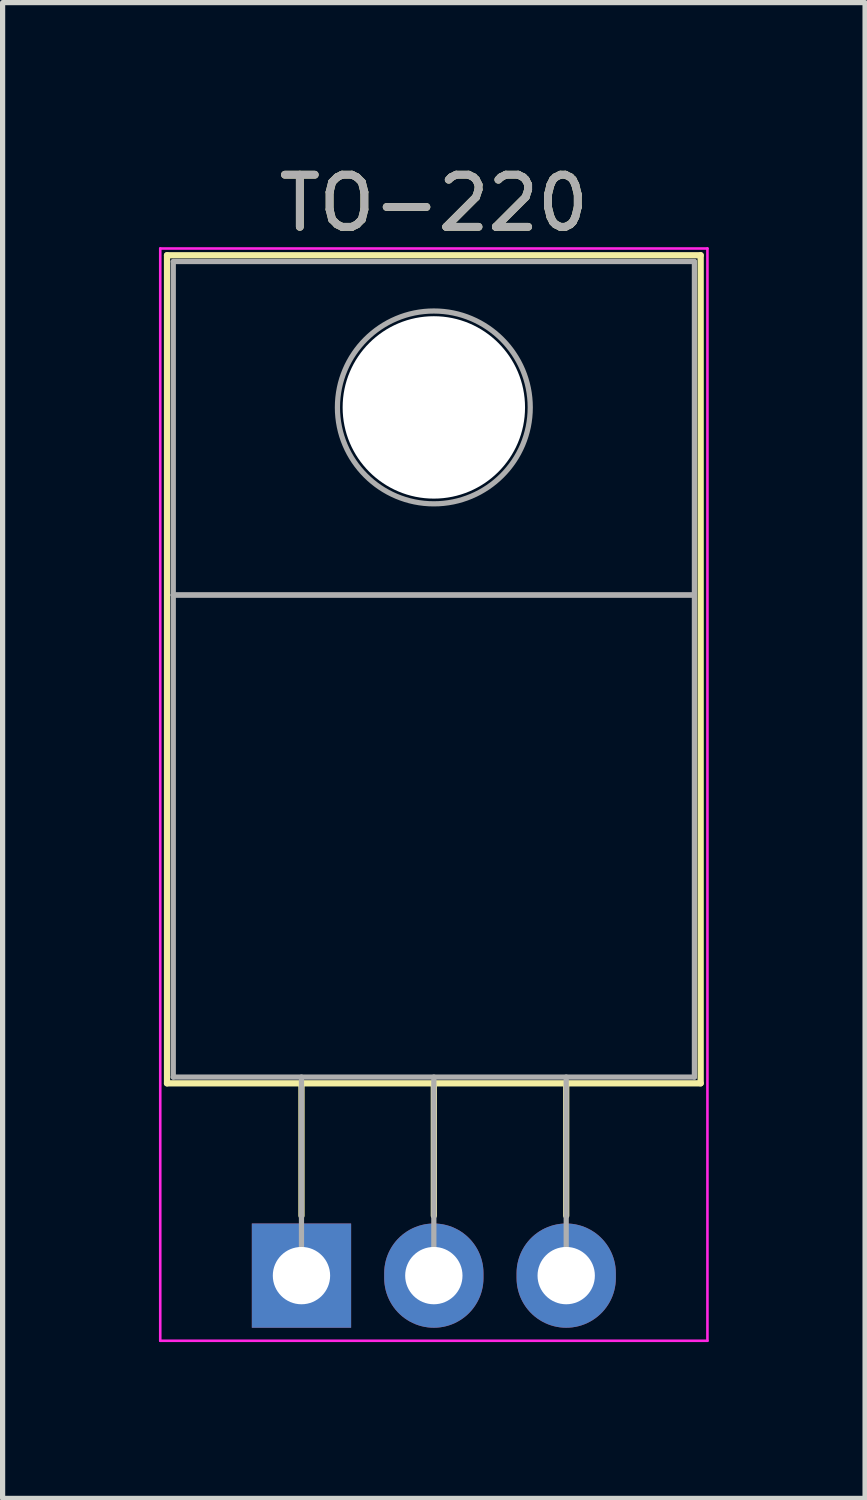
<source format=kicad_pcb>
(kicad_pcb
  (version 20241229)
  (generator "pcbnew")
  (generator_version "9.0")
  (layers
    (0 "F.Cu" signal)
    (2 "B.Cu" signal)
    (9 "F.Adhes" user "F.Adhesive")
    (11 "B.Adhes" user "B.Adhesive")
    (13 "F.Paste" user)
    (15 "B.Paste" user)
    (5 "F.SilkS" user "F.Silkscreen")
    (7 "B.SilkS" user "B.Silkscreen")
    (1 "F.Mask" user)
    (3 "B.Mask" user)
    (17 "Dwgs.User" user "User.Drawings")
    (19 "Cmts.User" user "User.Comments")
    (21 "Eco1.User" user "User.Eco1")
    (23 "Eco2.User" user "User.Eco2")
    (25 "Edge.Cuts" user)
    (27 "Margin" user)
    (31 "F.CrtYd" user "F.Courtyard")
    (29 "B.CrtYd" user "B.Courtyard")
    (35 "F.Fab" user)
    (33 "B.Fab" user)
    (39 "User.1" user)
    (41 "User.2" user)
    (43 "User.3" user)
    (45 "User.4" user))
  (footprint "TO-220"
    (layer "F.Cu")
    (at 2.735 21.428)
    (property "Reference" "TO-220" (at 2.54 -20.58 0) (layer "F.SilkS") (effects (font (size 1 1) (thickness 0.15))))
    (attr through_hole)
    (fp_line (start -2.58 -19.58) (end -2.58 -3.69) (stroke (width 0.12) (type solid)) (layer "F.SilkS"))
    (fp_line (start -2.58 -19.58) (end 7.66 -19.58) (stroke (width 0.12) (type solid)) (layer "F.SilkS"))
    (fp_line (start -2.58 -3.69) (end 7.66 -3.69) (stroke (width 0.12) (type solid)) (layer "F.SilkS"))
    (fp_line (start 0 -3.69) (end 0 -1.15) (stroke (width 0.12) (type solid)) (layer "F.SilkS"))
    (fp_line (start 2.54 -3.69) (end 2.54 -1.15) (stroke (width 0.12) (type solid)) (layer "F.SilkS"))
    (fp_line (start 5.08 -3.69) (end 5.08 -1.15) (stroke (width 0.12) (type solid)) (layer "F.SilkS"))
    (fp_line (start 7.66 -19.58) (end 7.66 -3.69) (stroke (width 0.12) (type solid)) (layer "F.SilkS"))
    (fp_line (start -2.71 -19.71) (end -2.71 1.25) (stroke (width 0.05) (type solid)) (layer "F.CrtYd"))
    (fp_line (start -2.71 1.25) (end 7.79 1.25) (stroke (width 0.05) (type solid)) (layer "F.CrtYd"))
    (fp_line (start 7.79 -19.71) (end -2.71 -19.71) (stroke (width 0.05) (type solid)) (layer "F.CrtYd"))
    (fp_line (start 7.79 1.25) (end 7.79 -19.71) (stroke (width 0.05) (type solid)) (layer "F.CrtYd"))
    (fp_line (start -2.46 -19.46) (end 7.54 -19.46) (stroke (width 0.1) (type solid)) (layer "F.Fab"))
    (fp_line (start -2.46 -13.06) (end -2.46 -19.46) (stroke (width 0.1) (type solid)) (layer "F.Fab"))
    (fp_line (start -2.46 -13.06) (end 7.54 -13.06) (stroke (width 0.1) (type solid)) (layer "F.Fab"))
    (fp_line (start -2.46 -3.81) (end -2.46 -13.06) (stroke (width 0.1) (type solid)) (layer "F.Fab"))
    (fp_line (start 0 -3.81) (end 0 0) (stroke (width 0.1) (type solid)) (layer "F.Fab"))
    (fp_line (start 2.54 -3.81) (end 2.54 0) (stroke (width 0.1) (type solid)) (layer "F.Fab"))
    (fp_line (start 5.08 -3.81) (end 5.08 0) (stroke (width 0.1) (type solid)) (layer "F.Fab"))
    (fp_line (start 7.54 -19.46) (end 7.54 -13.06) (stroke (width 0.1) (type solid)) (layer "F.Fab"))
    (fp_line (start 7.54 -13.06) (end -2.46 -13.06) (stroke (width 0.1) (type solid)) (layer "F.Fab"))
    (fp_line (start 7.54 -13.06) (end 7.54 -3.81) (stroke (width 0.1) (type solid)) (layer "F.Fab"))
    (fp_line (start 7.54 -3.81) (end -2.46 -3.81) (stroke (width 0.1) (type solid)) (layer "F.Fab"))
    (fp_circle (center 2.54 -16.66) (end 4.39 -16.66) (stroke (width 0.1) (type solid)) (fill no) (layer "F.Fab"))
    (fp_text user "${REFERENCE}" (at 2.54 -20.58 0) (layer "F.Fab") (effects (font (size 1 1) (thickness 0.15))))
    (pad "" np_thru_hole oval (at 2.54 -16.66) (size 3.5 3.5) (drill 3.5) (layers "*.Cu" "*.Mask"))
    (pad "1" thru_hole rect (at 0 0) (size 1.905 2) (drill 1.1) (layers "*.Cu" "*.Mask"))
    (pad "2" thru_hole oval (at 2.54 0) (size 1.905 2) (drill 1.1) (layers "*.Cu" "*.Mask"))
    (pad "3" thru_hole oval (at 5.08 0) (size 1.905 2) (drill 1.1) (layers "*.Cu" "*.Mask")))
  (gr_rect
    (start -3 -3)
    (end 13.55 25.703)
    (stroke (width 0.1) (type default))
    (fill no)
    (layer "Edge.Cuts")))
</source>
